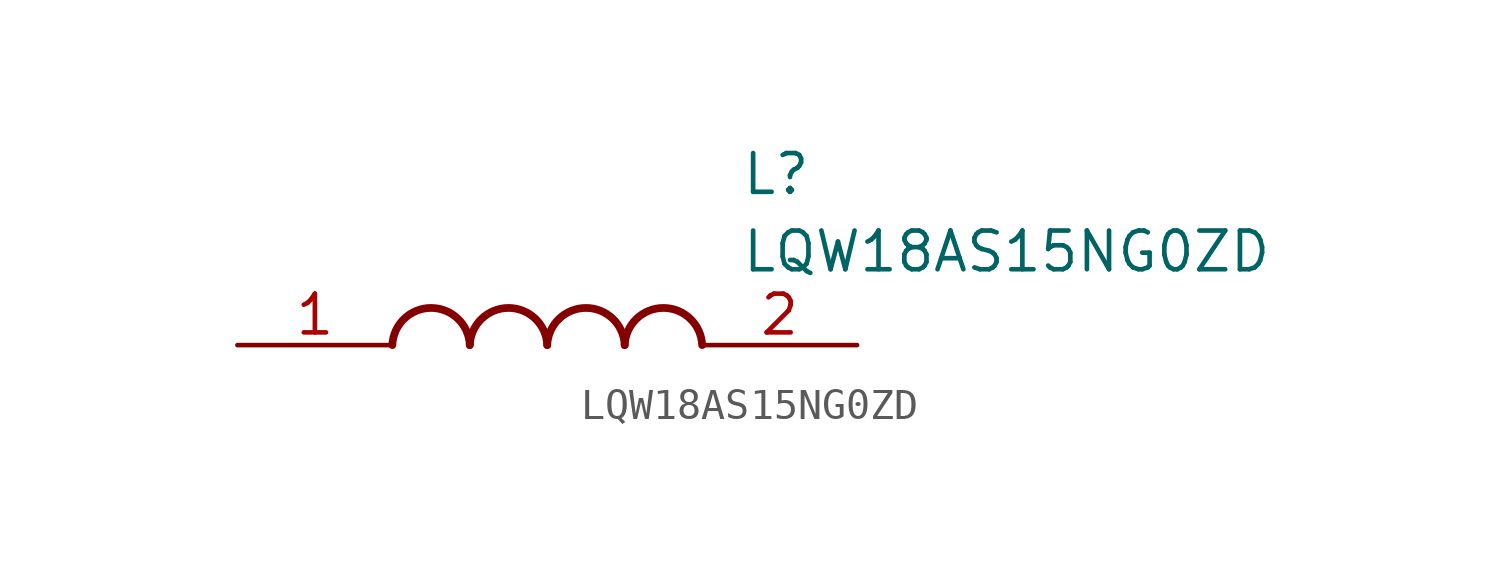
<source format=kicad_sym>
(kicad_symbol_lib
  (version 20211014)
  (generator SamacSys_ECAD_Model)
  (symbol "LQW18AS15NG0ZD"
    (pin_names hide)
    (property "Reference" "L"
      (at 16.51 6.35 0)
      (effects (font (size 1.27 1.27)) (justify left top)))
    (property "Value" "LQW18AS15NG0ZD"
      (at 16.51 3.81 0)
      (effects (font (size 1.27 1.27)) (justify left top)))
    (arc
      (start 7.62 0)
      (mid 6.35 1.219)
      (end 5.08 0)
      (stroke (width 0.254) (type default))
      (fill (type none)))
    (arc
      (start 10.16 0)
      (mid 8.89 1.219)
      (end 7.62 0)
      (stroke (width 0.254) (type default))
      (fill (type none)))
    (arc
      (start 12.7 0)
      (mid 11.43 1.219)
      (end 10.16 0)
      (stroke (width 0.254) (type default))
      (fill (type none)))
    (arc
      (start 15.24 0)
      (mid 13.97 1.219)
      (end 12.7 0)
      (stroke (width 0.254) (type default))
      (fill (type none)))
    (pin passive line
      (at 0 0 0)
      (length 5.08)
      (name "1" (effects (font (size 1.27 1.27))))
      (number "1" (effects (font (size 1.27 1.27)))))
    (pin passive line
      (at 20.32 0 180)
      (length 5.08)
      (name "2" (effects (font (size 1.27 1.27))))
      (number "2" (effects (font (size 1.27 1.27)))))))
</source>
